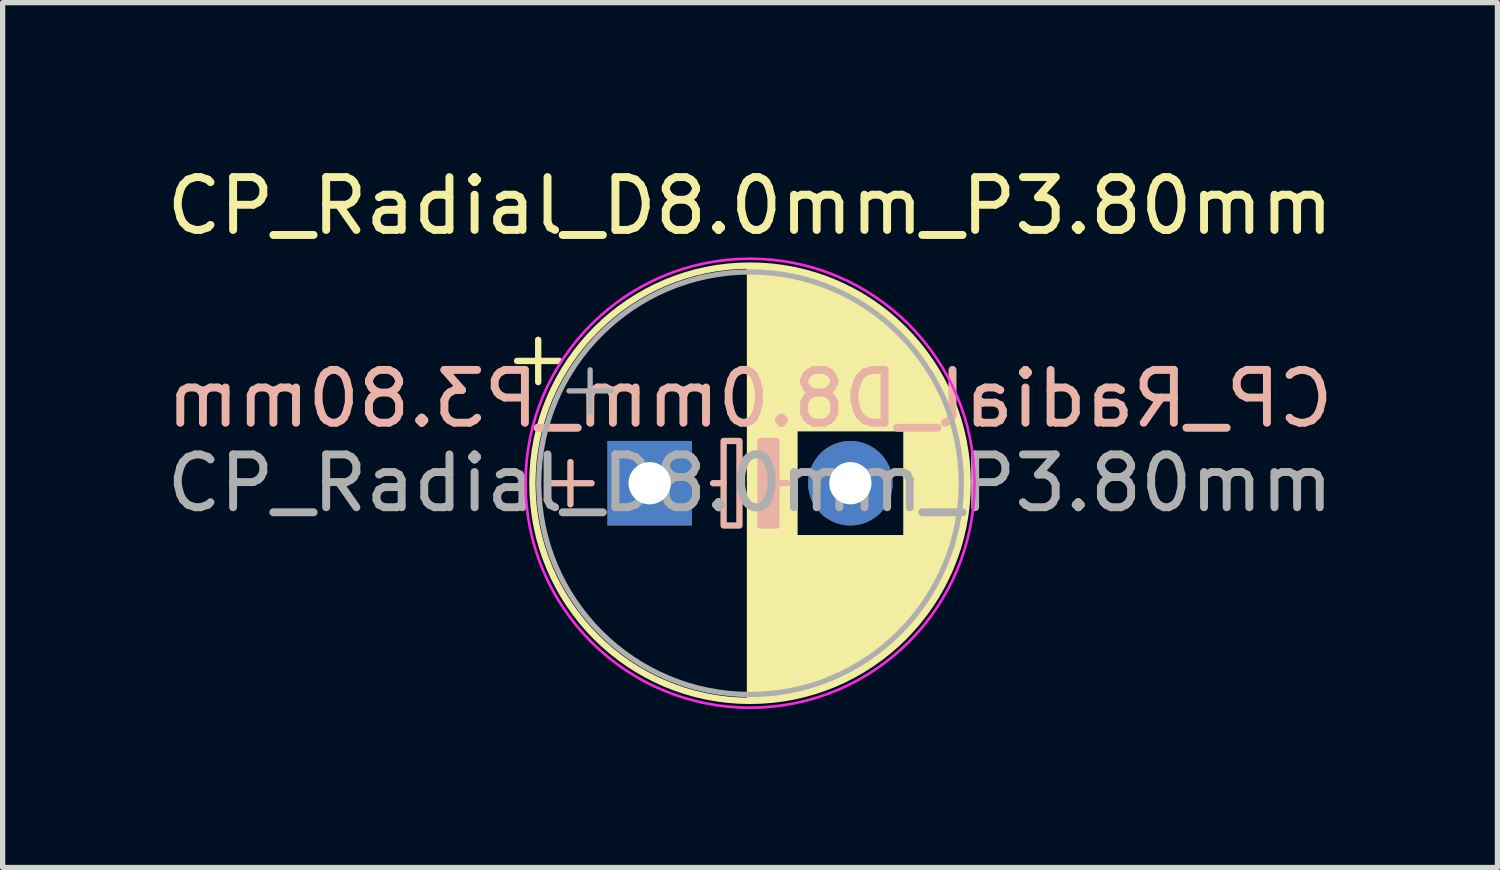
<source format=kicad_pcb>
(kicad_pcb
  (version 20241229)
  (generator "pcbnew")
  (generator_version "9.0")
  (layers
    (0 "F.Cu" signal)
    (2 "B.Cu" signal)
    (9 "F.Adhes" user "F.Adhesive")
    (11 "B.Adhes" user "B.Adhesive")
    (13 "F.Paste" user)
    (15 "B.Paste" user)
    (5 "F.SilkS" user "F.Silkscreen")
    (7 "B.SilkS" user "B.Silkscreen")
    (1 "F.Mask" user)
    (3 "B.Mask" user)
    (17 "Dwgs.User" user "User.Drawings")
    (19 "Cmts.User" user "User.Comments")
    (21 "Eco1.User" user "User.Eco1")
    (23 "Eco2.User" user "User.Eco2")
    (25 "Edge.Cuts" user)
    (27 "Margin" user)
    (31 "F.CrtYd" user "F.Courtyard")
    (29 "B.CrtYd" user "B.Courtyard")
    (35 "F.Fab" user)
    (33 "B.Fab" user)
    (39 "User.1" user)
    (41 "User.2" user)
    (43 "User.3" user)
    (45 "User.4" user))
  (footprint "CP_Radial_D8.0mm_P3.80mm"
    (layer "F.Cu")
    (at 9.249 6.098)
    (property "Reference" "CP_Radial_D8.0mm_P3.80mm" (at 1.9 -5.25 0) (layer "F.SilkS") (effects (font (size 1 1) (thickness 0.15))))
    (fp_line (start -2.51 -2.315) (end -1.71 -2.315) (stroke (width 0.12) (type solid)) (layer "F.SilkS"))
    (fp_line (start -2.11 -2.715) (end -2.11 -1.915) (stroke (width 0.12) (type solid)) (layer "F.SilkS"))
    (fp_line (start 1.9 -4.08) (end 1.9 4.08) (stroke (width 0.12) (type solid)) (layer "F.SilkS"))
    (fp_line (start 1.94 -4.08) (end 1.94 4.08) (stroke (width 0.12) (type solid)) (layer "F.SilkS"))
    (fp_line (start 1.98 -4.08) (end 1.98 4.08) (stroke (width 0.12) (type solid)) (layer "F.SilkS"))
    (fp_line (start 2.02 -4.079) (end 2.02 4.079) (stroke (width 0.12) (type solid)) (layer "F.SilkS"))
    (fp_line (start 2.06 -4.077) (end 2.06 4.077) (stroke (width 0.12) (type solid)) (layer "F.SilkS"))
    (fp_line (start 2.1 -4.076) (end 2.1 4.076) (stroke (width 0.12) (type solid)) (layer "F.SilkS"))
    (fp_line (start 2.14 -4.074) (end 2.14 4.074) (stroke (width 0.12) (type solid)) (layer "F.SilkS"))
    (fp_line (start 2.18 -4.071) (end 2.18 4.071) (stroke (width 0.12) (type solid)) (layer "F.SilkS"))
    (fp_line (start 2.22 -4.068) (end 2.22 4.068) (stroke (width 0.12) (type solid)) (layer "F.SilkS"))
    (fp_line (start 2.26 -4.065) (end 2.26 4.065) (stroke (width 0.12) (type solid)) (layer "F.SilkS"))
    (fp_line (start 2.3 -4.061) (end 2.3 4.061) (stroke (width 0.12) (type solid)) (layer "F.SilkS"))
    (fp_line (start 2.34 -4.057) (end 2.34 4.057) (stroke (width 0.12) (type solid)) (layer "F.SilkS"))
    (fp_line (start 2.38 -4.052) (end 2.38 4.052) (stroke (width 0.12) (type solid)) (layer "F.SilkS"))
    (fp_line (start 2.42 -4.048) (end 2.42 4.048) (stroke (width 0.12) (type solid)) (layer "F.SilkS"))
    (fp_line (start 2.46 -4.042) (end 2.46 4.042) (stroke (width 0.12) (type solid)) (layer "F.SilkS"))
    (fp_line (start 2.5 -4.037) (end 2.5 4.037) (stroke (width 0.12) (type solid)) (layer "F.SilkS"))
    (fp_line (start 2.54 -4.03) (end 2.54 4.03) (stroke (width 0.12) (type solid)) (layer "F.SilkS"))
    (fp_line (start 2.58 -4.024) (end 2.58 4.024) (stroke (width 0.12) (type solid)) (layer "F.SilkS"))
    (fp_line (start 2.621 -4.017) (end 2.621 4.017) (stroke (width 0.12) (type solid)) (layer "F.SilkS"))
    (fp_line (start 2.661 -4.01) (end 2.661 4.01) (stroke (width 0.12) (type solid)) (layer "F.SilkS"))
    (fp_line (start 2.701 -4.002) (end 2.701 4.002) (stroke (width 0.12) (type solid)) (layer "F.SilkS"))
    (fp_line (start 2.741 -3.994) (end 2.741 3.994) (stroke (width 0.12) (type solid)) (layer "F.SilkS"))
    (fp_line (start 2.781 -3.985) (end 2.781 -1.04) (stroke (width 0.12) (type solid)) (layer "F.SilkS"))
    (fp_line (start 2.781 1.04) (end 2.781 3.985) (stroke (width 0.12) (type solid)) (layer "F.SilkS"))
    (fp_line (start 2.821 -3.976) (end 2.821 -1.04) (stroke (width 0.12) (type solid)) (layer "F.SilkS"))
    (fp_line (start 2.821 1.04) (end 2.821 3.976) (stroke (width 0.12) (type solid)) (layer "F.SilkS"))
    (fp_line (start 2.861 -3.967) (end 2.861 -1.04) (stroke (width 0.12) (type solid)) (layer "F.SilkS"))
    (fp_line (start 2.861 1.04) (end 2.861 3.967) (stroke (width 0.12) (type solid)) (layer "F.SilkS"))
    (fp_line (start 2.901 -3.957) (end 2.901 -1.04) (stroke (width 0.12) (type solid)) (layer "F.SilkS"))
    (fp_line (start 2.901 1.04) (end 2.901 3.957) (stroke (width 0.12) (type solid)) (layer "F.SilkS"))
    (fp_line (start 2.941 -3.947) (end 2.941 -1.04) (stroke (width 0.12) (type solid)) (layer "F.SilkS"))
    (fp_line (start 2.941 1.04) (end 2.941 3.947) (stroke (width 0.12) (type solid)) (layer "F.SilkS"))
    (fp_line (start 2.981 -3.936) (end 2.981 -1.04) (stroke (width 0.12) (type solid)) (layer "F.SilkS"))
    (fp_line (start 2.981 1.04) (end 2.981 3.936) (stroke (width 0.12) (type solid)) (layer "F.SilkS"))
    (fp_line (start 3.021 -3.925) (end 3.021 -1.04) (stroke (width 0.12) (type solid)) (layer "F.SilkS"))
    (fp_line (start 3.021 1.04) (end 3.021 3.925) (stroke (width 0.12) (type solid)) (layer "F.SilkS"))
    (fp_line (start 3.061 -3.914) (end 3.061 -1.04) (stroke (width 0.12) (type solid)) (layer "F.SilkS"))
    (fp_line (start 3.061 1.04) (end 3.061 3.914) (stroke (width 0.12) (type solid)) (layer "F.SilkS"))
    (fp_line (start 3.101 -3.902) (end 3.101 -1.04) (stroke (width 0.12) (type solid)) (layer "F.SilkS"))
    (fp_line (start 3.101 1.04) (end 3.101 3.902) (stroke (width 0.12) (type solid)) (layer "F.SilkS"))
    (fp_line (start 3.141 -3.889) (end 3.141 -1.04) (stroke (width 0.12) (type solid)) (layer "F.SilkS"))
    (fp_line (start 3.141 1.04) (end 3.141 3.889) (stroke (width 0.12) (type solid)) (layer "F.SilkS"))
    (fp_line (start 3.181 -3.877) (end 3.181 -1.04) (stroke (width 0.12) (type solid)) (layer "F.SilkS"))
    (fp_line (start 3.181 1.04) (end 3.181 3.877) (stroke (width 0.12) (type solid)) (layer "F.SilkS"))
    (fp_line (start 3.221 -3.863) (end 3.221 -1.04) (stroke (width 0.12) (type solid)) (layer "F.SilkS"))
    (fp_line (start 3.221 1.04) (end 3.221 3.863) (stroke (width 0.12) (type solid)) (layer "F.SilkS"))
    (fp_line (start 3.261 -3.85) (end 3.261 -1.04) (stroke (width 0.12) (type solid)) (layer "F.SilkS"))
    (fp_line (start 3.261 1.04) (end 3.261 3.85) (stroke (width 0.12) (type solid)) (layer "F.SilkS"))
    (fp_line (start 3.301 -3.835) (end 3.301 -1.04) (stroke (width 0.12) (type solid)) (layer "F.SilkS"))
    (fp_line (start 3.301 1.04) (end 3.301 3.835) (stroke (width 0.12) (type solid)) (layer "F.SilkS"))
    (fp_line (start 3.341 -3.821) (end 3.341 -1.04) (stroke (width 0.12) (type solid)) (layer "F.SilkS"))
    (fp_line (start 3.341 1.04) (end 3.341 3.821) (stroke (width 0.12) (type solid)) (layer "F.SilkS"))
    (fp_line (start 3.381 -3.805) (end 3.381 -1.04) (stroke (width 0.12) (type solid)) (layer "F.SilkS"))
    (fp_line (start 3.381 1.04) (end 3.381 3.805) (stroke (width 0.12) (type solid)) (layer "F.SilkS"))
    (fp_line (start 3.421 -3.79) (end 3.421 -1.04) (stroke (width 0.12) (type solid)) (layer "F.SilkS"))
    (fp_line (start 3.421 1.04) (end 3.421 3.79) (stroke (width 0.12) (type solid)) (layer "F.SilkS"))
    (fp_line (start 3.461 -3.774) (end 3.461 -1.04) (stroke (width 0.12) (type solid)) (layer "F.SilkS"))
    (fp_line (start 3.461 1.04) (end 3.461 3.774) (stroke (width 0.12) (type solid)) (layer "F.SilkS"))
    (fp_line (start 3.501 -3.757) (end 3.501 -1.04) (stroke (width 0.12) (type solid)) (layer "F.SilkS"))
    (fp_line (start 3.501 1.04) (end 3.501 3.757) (stroke (width 0.12) (type solid)) (layer "F.SilkS"))
    (fp_line (start 3.541 -3.74) (end 3.541 -1.04) (stroke (width 0.12) (type solid)) (layer "F.SilkS"))
    (fp_line (start 3.541 1.04) (end 3.541 3.74) (stroke (width 0.12) (type solid)) (layer "F.SilkS"))
    (fp_line (start 3.581 -3.722) (end 3.581 -1.04) (stroke (width 0.12) (type solid)) (layer "F.SilkS"))
    (fp_line (start 3.581 1.04) (end 3.581 3.722) (stroke (width 0.12) (type solid)) (layer "F.SilkS"))
    (fp_line (start 3.621 -3.704) (end 3.621 -1.04) (stroke (width 0.12) (type solid)) (layer "F.SilkS"))
    (fp_line (start 3.621 1.04) (end 3.621 3.704) (stroke (width 0.12) (type solid)) (layer "F.SilkS"))
    (fp_line (start 3.661 -3.686) (end 3.661 -1.04) (stroke (width 0.12) (type solid)) (layer "F.SilkS"))
    (fp_line (start 3.661 1.04) (end 3.661 3.686) (stroke (width 0.12) (type solid)) (layer "F.SilkS"))
    (fp_line (start 3.701 -3.666) (end 3.701 -1.04) (stroke (width 0.12) (type solid)) (layer "F.SilkS"))
    (fp_line (start 3.701 1.04) (end 3.701 3.666) (stroke (width 0.12) (type solid)) (layer "F.SilkS"))
    (fp_line (start 3.741 -3.647) (end 3.741 -1.04) (stroke (width 0.12) (type solid)) (layer "F.SilkS"))
    (fp_line (start 3.741 1.04) (end 3.741 3.647) (stroke (width 0.12) (type solid)) (layer "F.SilkS"))
    (fp_line (start 3.781 -3.627) (end 3.781 -1.04) (stroke (width 0.12) (type solid)) (layer "F.SilkS"))
    (fp_line (start 3.781 1.04) (end 3.781 3.627) (stroke (width 0.12) (type solid)) (layer "F.SilkS"))
    (fp_line (start 3.821 -3.606) (end 3.821 -1.04) (stroke (width 0.12) (type solid)) (layer "F.SilkS"))
    (fp_line (start 3.821 1.04) (end 3.821 3.606) (stroke (width 0.12) (type solid)) (layer "F.SilkS"))
    (fp_line (start 3.861 -3.584) (end 3.861 -1.04) (stroke (width 0.12) (type solid)) (layer "F.SilkS"))
    (fp_line (start 3.861 1.04) (end 3.861 3.584) (stroke (width 0.12) (type solid)) (layer "F.SilkS"))
    (fp_line (start 3.901 -3.562) (end 3.901 -1.04) (stroke (width 0.12) (type solid)) (layer "F.SilkS"))
    (fp_line (start 3.901 1.04) (end 3.901 3.562) (stroke (width 0.12) (type solid)) (layer "F.SilkS"))
    (fp_line (start 3.941 -3.54) (end 3.941 -1.04) (stroke (width 0.12) (type solid)) (layer "F.SilkS"))
    (fp_line (start 3.941 1.04) (end 3.941 3.54) (stroke (width 0.12) (type solid)) (layer "F.SilkS"))
    (fp_line (start 3.981 -3.517) (end 3.981 -1.04) (stroke (width 0.12) (type solid)) (layer "F.SilkS"))
    (fp_line (start 3.981 1.04) (end 3.981 3.517) (stroke (width 0.12) (type solid)) (layer "F.SilkS"))
    (fp_line (start 4.021 -3.493) (end 4.021 -1.04) (stroke (width 0.12) (type solid)) (layer "F.SilkS"))
    (fp_line (start 4.021 1.04) (end 4.021 3.493) (stroke (width 0.12) (type solid)) (layer "F.SilkS"))
    (fp_line (start 4.061 -3.469) (end 4.061 -1.04) (stroke (width 0.12) (type solid)) (layer "F.SilkS"))
    (fp_line (start 4.061 1.04) (end 4.061 3.469) (stroke (width 0.12) (type solid)) (layer "F.SilkS"))
    (fp_line (start 4.101 -3.444) (end 4.101 -1.04) (stroke (width 0.12) (type solid)) (layer "F.SilkS"))
    (fp_line (start 4.101 1.04) (end 4.101 3.444) (stroke (width 0.12) (type solid)) (layer "F.SilkS"))
    (fp_line (start 4.141 -3.418) (end 4.141 -1.04) (stroke (width 0.12) (type solid)) (layer "F.SilkS"))
    (fp_line (start 4.141 1.04) (end 4.141 3.418) (stroke (width 0.12) (type solid)) (layer "F.SilkS"))
    (fp_line (start 4.181 -3.392) (end 4.181 -1.04) (stroke (width 0.12) (type solid)) (layer "F.SilkS"))
    (fp_line (start 4.181 1.04) (end 4.181 3.392) (stroke (width 0.12) (type solid)) (layer "F.SilkS"))
    (fp_line (start 4.221 -3.365) (end 4.221 -1.04) (stroke (width 0.12) (type solid)) (layer "F.SilkS"))
    (fp_line (start 4.221 1.04) (end 4.221 3.365) (stroke (width 0.12) (type solid)) (layer "F.SilkS"))
    (fp_line (start 4.261 -3.338) (end 4.261 -1.04) (stroke (width 0.12) (type solid)) (layer "F.SilkS"))
    (fp_line (start 4.261 1.04) (end 4.261 3.338) (stroke (width 0.12) (type solid)) (layer "F.SilkS"))
    (fp_line (start 4.301 -3.309) (end 4.301 -1.04) (stroke (width 0.12) (type solid)) (layer "F.SilkS"))
    (fp_line (start 4.301 1.04) (end 4.301 3.309) (stroke (width 0.12) (type solid)) (layer "F.SilkS"))
    (fp_line (start 4.341 -3.28) (end 4.341 -1.04) (stroke (width 0.12) (type solid)) (layer "F.SilkS"))
    (fp_line (start 4.341 1.04) (end 4.341 3.28) (stroke (width 0.12) (type solid)) (layer "F.SilkS"))
    (fp_line (start 4.381 -3.25) (end 4.381 -1.04) (stroke (width 0.12) (type solid)) (layer "F.SilkS"))
    (fp_line (start 4.381 1.04) (end 4.381 3.25) (stroke (width 0.12) (type solid)) (layer "F.SilkS"))
    (fp_line (start 4.421 -3.22) (end 4.421 -1.04) (stroke (width 0.12) (type solid)) (layer "F.SilkS"))
    (fp_line (start 4.421 1.04) (end 4.421 3.22) (stroke (width 0.12) (type solid)) (layer "F.SilkS"))
    (fp_line (start 4.461 -3.189) (end 4.461 -1.04) (stroke (width 0.12) (type solid)) (layer "F.SilkS"))
    (fp_line (start 4.461 1.04) (end 4.461 3.189) (stroke (width 0.12) (type solid)) (layer "F.SilkS"))
    (fp_line (start 4.501 -3.156) (end 4.501 -1.04) (stroke (width 0.12) (type solid)) (layer "F.SilkS"))
    (fp_line (start 4.501 1.04) (end 4.501 3.156) (stroke (width 0.12) (type solid)) (layer "F.SilkS"))
    (fp_line (start 4.541 -3.124) (end 4.541 -1.04) (stroke (width 0.12) (type solid)) (layer "F.SilkS"))
    (fp_line (start 4.541 1.04) (end 4.541 3.124) (stroke (width 0.12) (type solid)) (layer "F.SilkS"))
    (fp_line (start 4.581 -3.09) (end 4.581 -1.04) (stroke (width 0.12) (type solid)) (layer "F.SilkS"))
    (fp_line (start 4.581 1.04) (end 4.581 3.09) (stroke (width 0.12) (type solid)) (layer "F.SilkS"))
    (fp_line (start 4.621 -3.055) (end 4.621 -1.04) (stroke (width 0.12) (type solid)) (layer "F.SilkS"))
    (fp_line (start 4.621 1.04) (end 4.621 3.055) (stroke (width 0.12) (type solid)) (layer "F.SilkS"))
    (fp_line (start 4.661 -3.019) (end 4.661 -1.04) (stroke (width 0.12) (type solid)) (layer "F.SilkS"))
    (fp_line (start 4.661 1.04) (end 4.661 3.019) (stroke (width 0.12) (type solid)) (layer "F.SilkS"))
    (fp_line (start 4.701 -2.983) (end 4.701 -1.04) (stroke (width 0.12) (type solid)) (layer "F.SilkS"))
    (fp_line (start 4.701 1.04) (end 4.701 2.983) (stroke (width 0.12) (type solid)) (layer "F.SilkS"))
    (fp_line (start 4.741 -2.945) (end 4.741 -1.04) (stroke (width 0.12) (type solid)) (layer "F.SilkS"))
    (fp_line (start 4.741 1.04) (end 4.741 2.945) (stroke (width 0.12) (type solid)) (layer "F.SilkS"))
    (fp_line (start 4.781 -2.907) (end 4.781 -1.04) (stroke (width 0.12) (type solid)) (layer "F.SilkS"))
    (fp_line (start 4.781 1.04) (end 4.781 2.907) (stroke (width 0.12) (type solid)) (layer "F.SilkS"))
    (fp_line (start 4.821 -2.867) (end 4.821 -1.04) (stroke (width 0.12) (type solid)) (layer "F.SilkS"))
    (fp_line (start 4.821 1.04) (end 4.821 2.867) (stroke (width 0.12) (type solid)) (layer "F.SilkS"))
    (fp_line (start 4.861 -2.826) (end 4.861 2.826) (stroke (width 0.12) (type solid)) (layer "F.SilkS"))
    (fp_line (start 4.901 -2.784) (end 4.901 2.784) (stroke (width 0.12) (type solid)) (layer "F.SilkS"))
    (fp_line (start 4.941 -2.741) (end 4.941 2.741) (stroke (width 0.12) (type solid)) (layer "F.SilkS"))
    (fp_line (start 4.981 -2.697) (end 4.981 2.697) (stroke (width 0.12) (type solid)) (layer "F.SilkS"))
    (fp_line (start 5.021 -2.651) (end 5.021 2.651) (stroke (width 0.12) (type solid)) (layer "F.SilkS"))
    (fp_line (start 5.061 -2.604) (end 5.061 2.604) (stroke (width 0.12) (type solid)) (layer "F.SilkS"))
    (fp_line (start 5.101 -2.556) (end 5.101 2.556) (stroke (width 0.12) (type solid)) (layer "F.SilkS"))
    (fp_line (start 5.141 -2.505) (end 5.141 2.505) (stroke (width 0.12) (type solid)) (layer "F.SilkS"))
    (fp_line (start 5.181 -2.454) (end 5.181 2.454) (stroke (width 0.12) (type solid)) (layer "F.SilkS"))
    (fp_line (start 5.221 -2.4) (end 5.221 2.4) (stroke (width 0.12) (type solid)) (layer "F.SilkS"))
    (fp_line (start 5.261 -2.345) (end 5.261 2.345) (stroke (width 0.12) (type solid)) (layer "F.SilkS"))
    (fp_line (start 5.301 -2.287) (end 5.301 2.287) (stroke (width 0.12) (type solid)) (layer "F.SilkS"))
    (fp_line (start 5.341 -2.228) (end 5.341 2.228) (stroke (width 0.12) (type solid)) (layer "F.SilkS"))
    (fp_line (start 5.381 -2.166) (end 5.381 2.166) (stroke (width 0.12) (type solid)) (layer "F.SilkS"))
    (fp_line (start 5.421 -2.102) (end 5.421 2.102) (stroke (width 0.12) (type solid)) (layer "F.SilkS"))
    (fp_line (start 5.461 -2.034) (end 5.461 2.034) (stroke (width 0.12) (type solid)) (layer "F.SilkS"))
    (fp_line (start 5.501 -1.964) (end 5.501 1.964) (stroke (width 0.12) (type solid)) (layer "F.SilkS"))
    (fp_line (start 5.541 -1.89) (end 5.541 1.89) (stroke (width 0.12) (type solid)) (layer "F.SilkS"))
    (fp_line (start 5.581 -1.813) (end 5.581 1.813) (stroke (width 0.12) (type solid)) (layer "F.SilkS"))
    (fp_line (start 5.621 -1.731) (end 5.621 1.731) (stroke (width 0.12) (type solid)) (layer "F.SilkS"))
    (fp_line (start 5.661 -1.645) (end 5.661 1.645) (stroke (width 0.12) (type solid)) (layer "F.SilkS"))
    (fp_line (start 5.701 -1.552) (end 5.701 1.552) (stroke (width 0.12) (type solid)) (layer "F.SilkS"))
    (fp_line (start 5.741 -1.453) (end 5.741 1.453) (stroke (width 0.12) (type solid)) (layer "F.SilkS"))
    (fp_line (start 5.781 -1.346) (end 5.781 1.346) (stroke (width 0.12) (type solid)) (layer "F.SilkS"))
    (fp_line (start 5.821 -1.229) (end 5.821 1.229) (stroke (width 0.12) (type solid)) (layer "F.SilkS"))
    (fp_line (start 5.861 -1.098) (end 5.861 1.098) (stroke (width 0.12) (type solid)) (layer "F.SilkS"))
    (fp_line (start 5.901 -0.948) (end 5.901 0.948) (stroke (width 0.12) (type solid)) (layer "F.SilkS"))
    (fp_line (start 5.941 -0.768) (end 5.941 0.768) (stroke (width 0.12) (type solid)) (layer "F.SilkS"))
    (fp_line (start 5.981 -0.533) (end 5.981 0.533) (stroke (width 0.12) (type solid)) (layer "F.SilkS"))
    (fp_circle (center 1.9 0) (end 6.02 0) (stroke (width 0.12) (type solid)) (fill no) (layer "F.SilkS"))
    (fp_line (start -1.5 -0.4) (end -1.5 0.4) (stroke (width 0.12) (type solid)) (layer "B.SilkS"))
    (fp_line (start -1.1 0) (end -1.9 0) (stroke (width 0.12) (type solid)) (layer "B.SilkS"))
    (fp_line (start 1.4 0) (end 1.2 0) (stroke (width 0.12) (type solid)) (layer "B.SilkS"))
    (fp_line (start 2.4 0) (end 2.6 0) (stroke (width 0.12) (type solid)) (layer "B.SilkS"))
    (fp_rect (start 1.7 -0.8) (end 1.4 0.8) (stroke (width 0.12) (type solid)) (fill no) (layer "B.SilkS"))
    (fp_rect (start 2.4 -0.8) (end 2.1 0.8) (stroke (width 0.12) (type solid)) (fill yes) (layer "B.SilkS"))
    (fp_circle (center 1.9 0) (end 6.15 0) (stroke (width 0.05) (type solid)) (fill no) (layer "F.CrtYd"))
    (fp_line (start -1.527 -1.748) (end -0.727 -1.748) (stroke (width 0.1) (type solid)) (layer "F.Fab"))
    (fp_line (start -1.127 -2.147) (end -1.127 -1.347) (stroke (width 0.1) (type solid)) (layer "F.Fab"))
    (fp_circle (center 1.9 0) (end 5.9 0) (stroke (width 0.1) (type solid)) (fill no) (layer "F.Fab"))
    (fp_text user "${REFERENCE}" (at 1.9 -1.6 0) (layer "B.SilkS") (effects (font (size 1 1) (thickness 0.15)) (justify mirror)))
    (fp_text user "${REFERENCE}" (at 1.9 0 0) (layer "F.Fab") (effects (font (size 1 1) (thickness 0.15))))
    (pad "1" thru_hole rect (at 0 0) (size 1.6 1.6) (drill 0.8) (layers "*.Cu" "*.Mask"))
    (pad "2" thru_hole circle (at 3.8 0) (size 1.6 1.6) (drill 0.8) (layers "*.Cu" "*.Mask")))
  (gr_rect
    (start -3 -3)
    (end 25.298 13.373)
    (stroke (width 0.1) (type default))
    (fill no)
    (layer "Edge.Cuts")))
</source>
